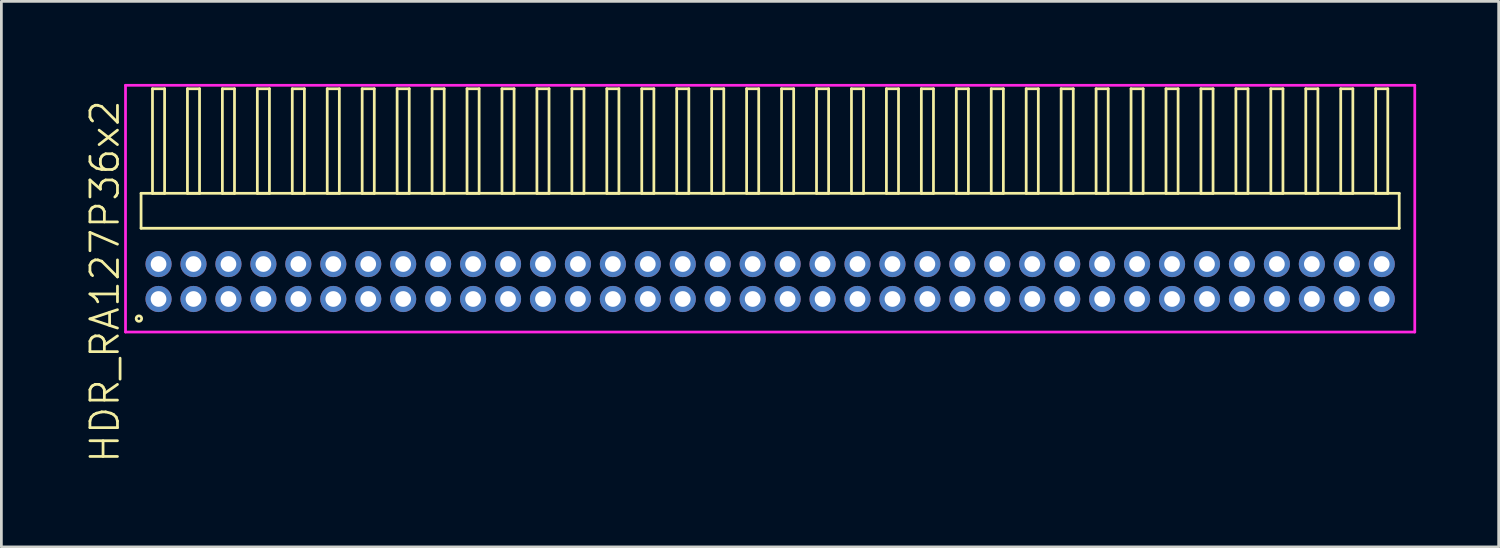
<source format=kicad_pcb>
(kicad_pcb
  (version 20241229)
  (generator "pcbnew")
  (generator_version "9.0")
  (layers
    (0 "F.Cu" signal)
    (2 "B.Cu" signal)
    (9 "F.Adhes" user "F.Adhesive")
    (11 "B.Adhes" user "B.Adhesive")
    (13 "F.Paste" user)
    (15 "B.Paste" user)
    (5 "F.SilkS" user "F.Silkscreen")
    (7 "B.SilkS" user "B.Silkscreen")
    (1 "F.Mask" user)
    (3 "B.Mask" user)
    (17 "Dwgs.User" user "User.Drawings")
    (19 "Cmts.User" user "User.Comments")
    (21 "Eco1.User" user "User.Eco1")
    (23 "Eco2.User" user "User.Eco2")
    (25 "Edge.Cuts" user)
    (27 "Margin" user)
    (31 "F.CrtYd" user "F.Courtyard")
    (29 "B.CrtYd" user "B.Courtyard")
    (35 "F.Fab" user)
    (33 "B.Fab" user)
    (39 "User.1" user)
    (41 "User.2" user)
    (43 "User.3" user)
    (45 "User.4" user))
  (footprint "HDR_RA127P36x2"
    (layer "F.Cu")
    (at 24.936 7.18)
    (property "Reference" "HDR_RA127P36x2" (at -24.175 0 90) (layer "F.SilkS") (effects (font (size 1 1) (thickness 0.1))))
    (attr through_hole)
    (fp_line (start -22.86 -3.205) (end -22.86 -1.935) (stroke (width 0.1) (type solid)) (layer "F.SilkS"))
    (fp_line (start -22.86 -1.935) (end 22.86 -1.935) (stroke (width 0.1) (type solid)) (layer "F.SilkS"))
    (fp_line (start -22.445 -7.005) (end -22.445 -3.205) (stroke (width 0.1) (type solid)) (layer "F.SilkS"))
    (fp_line (start -22.445 -3.205) (end -22.005 -3.205) (stroke (width 0.1) (type solid)) (layer "F.SilkS"))
    (fp_line (start -22.005 -7.005) (end -22.445 -7.005) (stroke (width 0.1) (type solid)) (layer "F.SilkS"))
    (fp_line (start -22.005 -3.205) (end -22.005 -7.005) (stroke (width 0.1) (type solid)) (layer "F.SilkS"))
    (fp_line (start -21.175 -7.005) (end -21.175 -3.205) (stroke (width 0.1) (type solid)) (layer "F.SilkS"))
    (fp_line (start -21.175 -3.205) (end -20.735 -3.205) (stroke (width 0.1) (type solid)) (layer "F.SilkS"))
    (fp_line (start -20.735 -7.005) (end -21.175 -7.005) (stroke (width 0.1) (type solid)) (layer "F.SilkS"))
    (fp_line (start -20.735 -3.205) (end -20.735 -7.005) (stroke (width 0.1) (type solid)) (layer "F.SilkS"))
    (fp_line (start -19.905 -7.005) (end -19.905 -3.205) (stroke (width 0.1) (type solid)) (layer "F.SilkS"))
    (fp_line (start -19.905 -3.205) (end -19.465 -3.205) (stroke (width 0.1) (type solid)) (layer "F.SilkS"))
    (fp_line (start -19.465 -7.005) (end -19.905 -7.005) (stroke (width 0.1) (type solid)) (layer "F.SilkS"))
    (fp_line (start -19.465 -3.205) (end -19.465 -7.005) (stroke (width 0.1) (type solid)) (layer "F.SilkS"))
    (fp_line (start -18.635 -7.005) (end -18.635 -3.205) (stroke (width 0.1) (type solid)) (layer "F.SilkS"))
    (fp_line (start -18.635 -3.205) (end -18.195 -3.205) (stroke (width 0.1) (type solid)) (layer "F.SilkS"))
    (fp_line (start -18.195 -7.005) (end -18.635 -7.005) (stroke (width 0.1) (type solid)) (layer "F.SilkS"))
    (fp_line (start -18.195 -3.205) (end -18.195 -7.005) (stroke (width 0.1) (type solid)) (layer "F.SilkS"))
    (fp_line (start -17.365 -7.005) (end -17.365 -3.205) (stroke (width 0.1) (type solid)) (layer "F.SilkS"))
    (fp_line (start -17.365 -3.205) (end -16.925 -3.205) (stroke (width 0.1) (type solid)) (layer "F.SilkS"))
    (fp_line (start -16.925 -7.005) (end -17.365 -7.005) (stroke (width 0.1) (type solid)) (layer "F.SilkS"))
    (fp_line (start -16.925 -3.205) (end -16.925 -7.005) (stroke (width 0.1) (type solid)) (layer "F.SilkS"))
    (fp_line (start -16.095 -7.005) (end -16.095 -3.205) (stroke (width 0.1) (type solid)) (layer "F.SilkS"))
    (fp_line (start -16.095 -3.205) (end -15.655 -3.205) (stroke (width 0.1) (type solid)) (layer "F.SilkS"))
    (fp_line (start -15.655 -7.005) (end -16.095 -7.005) (stroke (width 0.1) (type solid)) (layer "F.SilkS"))
    (fp_line (start -15.655 -3.205) (end -15.655 -7.005) (stroke (width 0.1) (type solid)) (layer "F.SilkS"))
    (fp_line (start -14.825 -7.005) (end -14.825 -3.205) (stroke (width 0.1) (type solid)) (layer "F.SilkS"))
    (fp_line (start -14.825 -3.205) (end -14.385 -3.205) (stroke (width 0.1) (type solid)) (layer "F.SilkS"))
    (fp_line (start -14.385 -7.005) (end -14.825 -7.005) (stroke (width 0.1) (type solid)) (layer "F.SilkS"))
    (fp_line (start -14.385 -3.205) (end -14.385 -7.005) (stroke (width 0.1) (type solid)) (layer "F.SilkS"))
    (fp_line (start -13.555 -7.005) (end -13.555 -3.205) (stroke (width 0.1) (type solid)) (layer "F.SilkS"))
    (fp_line (start -13.555 -3.205) (end -13.115 -3.205) (stroke (width 0.1) (type solid)) (layer "F.SilkS"))
    (fp_line (start -13.115 -7.005) (end -13.555 -7.005) (stroke (width 0.1) (type solid)) (layer "F.SilkS"))
    (fp_line (start -13.115 -3.205) (end -13.115 -7.005) (stroke (width 0.1) (type solid)) (layer "F.SilkS"))
    (fp_line (start -12.285 -7.005) (end -12.285 -3.205) (stroke (width 0.1) (type solid)) (layer "F.SilkS"))
    (fp_line (start -12.285 -3.205) (end -11.845 -3.205) (stroke (width 0.1) (type solid)) (layer "F.SilkS"))
    (fp_line (start -11.845 -7.005) (end -12.285 -7.005) (stroke (width 0.1) (type solid)) (layer "F.SilkS"))
    (fp_line (start -11.845 -3.205) (end -11.845 -7.005) (stroke (width 0.1) (type solid)) (layer "F.SilkS"))
    (fp_line (start -11.015 -7.005) (end -11.015 -3.205) (stroke (width 0.1) (type solid)) (layer "F.SilkS"))
    (fp_line (start -11.015 -3.205) (end -10.575 -3.205) (stroke (width 0.1) (type solid)) (layer "F.SilkS"))
    (fp_line (start -10.575 -7.005) (end -11.015 -7.005) (stroke (width 0.1) (type solid)) (layer "F.SilkS"))
    (fp_line (start -10.575 -3.205) (end -10.575 -7.005) (stroke (width 0.1) (type solid)) (layer "F.SilkS"))
    (fp_line (start -9.745 -7.005) (end -9.745 -3.205) (stroke (width 0.1) (type solid)) (layer "F.SilkS"))
    (fp_line (start -9.745 -3.205) (end -9.305 -3.205) (stroke (width 0.1) (type solid)) (layer "F.SilkS"))
    (fp_line (start -9.305 -7.005) (end -9.745 -7.005) (stroke (width 0.1) (type solid)) (layer "F.SilkS"))
    (fp_line (start -9.305 -3.205) (end -9.305 -7.005) (stroke (width 0.1) (type solid)) (layer "F.SilkS"))
    (fp_line (start -8.475 -7.005) (end -8.475 -3.205) (stroke (width 0.1) (type solid)) (layer "F.SilkS"))
    (fp_line (start -8.475 -3.205) (end -8.035 -3.205) (stroke (width 0.1) (type solid)) (layer "F.SilkS"))
    (fp_line (start -8.035 -7.005) (end -8.475 -7.005) (stroke (width 0.1) (type solid)) (layer "F.SilkS"))
    (fp_line (start -8.035 -3.205) (end -8.035 -7.005) (stroke (width 0.1) (type solid)) (layer "F.SilkS"))
    (fp_line (start -7.205 -7.005) (end -7.205 -3.205) (stroke (width 0.1) (type solid)) (layer "F.SilkS"))
    (fp_line (start -7.205 -3.205) (end -6.765 -3.205) (stroke (width 0.1) (type solid)) (layer "F.SilkS"))
    (fp_line (start -6.765 -7.005) (end -7.205 -7.005) (stroke (width 0.1) (type solid)) (layer "F.SilkS"))
    (fp_line (start -6.765 -3.205) (end -6.765 -7.005) (stroke (width 0.1) (type solid)) (layer "F.SilkS"))
    (fp_line (start -5.935 -7.005) (end -5.935 -3.205) (stroke (width 0.1) (type solid)) (layer "F.SilkS"))
    (fp_line (start -5.935 -3.205) (end -5.495 -3.205) (stroke (width 0.1) (type solid)) (layer "F.SilkS"))
    (fp_line (start -5.495 -7.005) (end -5.935 -7.005) (stroke (width 0.1) (type solid)) (layer "F.SilkS"))
    (fp_line (start -5.495 -3.205) (end -5.495 -7.005) (stroke (width 0.1) (type solid)) (layer "F.SilkS"))
    (fp_line (start -4.665 -7.005) (end -4.665 -3.205) (stroke (width 0.1) (type solid)) (layer "F.SilkS"))
    (fp_line (start -4.665 -3.205) (end -4.225 -3.205) (stroke (width 0.1) (type solid)) (layer "F.SilkS"))
    (fp_line (start -4.225 -7.005) (end -4.665 -7.005) (stroke (width 0.1) (type solid)) (layer "F.SilkS"))
    (fp_line (start -4.225 -3.205) (end -4.225 -7.005) (stroke (width 0.1) (type solid)) (layer "F.SilkS"))
    (fp_line (start -3.395 -7.005) (end -3.395 -3.205) (stroke (width 0.1) (type solid)) (layer "F.SilkS"))
    (fp_line (start -3.395 -3.205) (end -2.955 -3.205) (stroke (width 0.1) (type solid)) (layer "F.SilkS"))
    (fp_line (start -2.955 -7.005) (end -3.395 -7.005) (stroke (width 0.1) (type solid)) (layer "F.SilkS"))
    (fp_line (start -2.955 -3.205) (end -2.955 -7.005) (stroke (width 0.1) (type solid)) (layer "F.SilkS"))
    (fp_line (start -2.125 -7.005) (end -2.125 -3.205) (stroke (width 0.1) (type solid)) (layer "F.SilkS"))
    (fp_line (start -2.125 -3.205) (end -1.685 -3.205) (stroke (width 0.1) (type solid)) (layer "F.SilkS"))
    (fp_line (start -1.685 -7.005) (end -2.125 -7.005) (stroke (width 0.1) (type solid)) (layer "F.SilkS"))
    (fp_line (start -1.685 -3.205) (end -1.685 -7.005) (stroke (width 0.1) (type solid)) (layer "F.SilkS"))
    (fp_line (start -0.855 -7.005) (end -0.855 -3.205) (stroke (width 0.1) (type solid)) (layer "F.SilkS"))
    (fp_line (start -0.855 -3.205) (end -0.415 -3.205) (stroke (width 0.1) (type solid)) (layer "F.SilkS"))
    (fp_line (start -0.415 -7.005) (end -0.855 -7.005) (stroke (width 0.1) (type solid)) (layer "F.SilkS"))
    (fp_line (start -0.415 -3.205) (end -0.415 -7.005) (stroke (width 0.1) (type solid)) (layer "F.SilkS"))
    (fp_line (start 0.415 -7.005) (end 0.415 -3.205) (stroke (width 0.1) (type solid)) (layer "F.SilkS"))
    (fp_line (start 0.415 -3.205) (end 0.855 -3.205) (stroke (width 0.1) (type solid)) (layer "F.SilkS"))
    (fp_line (start 0.855 -7.005) (end 0.415 -7.005) (stroke (width 0.1) (type solid)) (layer "F.SilkS"))
    (fp_line (start 0.855 -3.205) (end 0.855 -7.005) (stroke (width 0.1) (type solid)) (layer "F.SilkS"))
    (fp_line (start 1.685 -7.005) (end 1.685 -3.205) (stroke (width 0.1) (type solid)) (layer "F.SilkS"))
    (fp_line (start 1.685 -3.205) (end 2.125 -3.205) (stroke (width 0.1) (type solid)) (layer "F.SilkS"))
    (fp_line (start 2.125 -7.005) (end 1.685 -7.005) (stroke (width 0.1) (type solid)) (layer "F.SilkS"))
    (fp_line (start 2.125 -3.205) (end 2.125 -7.005) (stroke (width 0.1) (type solid)) (layer "F.SilkS"))
    (fp_line (start 2.955 -7.005) (end 2.955 -3.205) (stroke (width 0.1) (type solid)) (layer "F.SilkS"))
    (fp_line (start 2.955 -3.205) (end 3.395 -3.205) (stroke (width 0.1) (type solid)) (layer "F.SilkS"))
    (fp_line (start 3.395 -7.005) (end 2.955 -7.005) (stroke (width 0.1) (type solid)) (layer "F.SilkS"))
    (fp_line (start 3.395 -3.205) (end 3.395 -7.005) (stroke (width 0.1) (type solid)) (layer "F.SilkS"))
    (fp_line (start 4.225 -7.005) (end 4.225 -3.205) (stroke (width 0.1) (type solid)) (layer "F.SilkS"))
    (fp_line (start 4.225 -3.205) (end 4.665 -3.205) (stroke (width 0.1) (type solid)) (layer "F.SilkS"))
    (fp_line (start 4.665 -7.005) (end 4.225 -7.005) (stroke (width 0.1) (type solid)) (layer "F.SilkS"))
    (fp_line (start 4.665 -3.205) (end 4.665 -7.005) (stroke (width 0.1) (type solid)) (layer "F.SilkS"))
    (fp_line (start 5.495 -7.005) (end 5.495 -3.205) (stroke (width 0.1) (type solid)) (layer "F.SilkS"))
    (fp_line (start 5.495 -3.205) (end 5.935 -3.205) (stroke (width 0.1) (type solid)) (layer "F.SilkS"))
    (fp_line (start 5.935 -7.005) (end 5.495 -7.005) (stroke (width 0.1) (type solid)) (layer "F.SilkS"))
    (fp_line (start 5.935 -3.205) (end 5.935 -7.005) (stroke (width 0.1) (type solid)) (layer "F.SilkS"))
    (fp_line (start 6.765 -7.005) (end 6.765 -3.205) (stroke (width 0.1) (type solid)) (layer "F.SilkS"))
    (fp_line (start 6.765 -3.205) (end 7.205 -3.205) (stroke (width 0.1) (type solid)) (layer "F.SilkS"))
    (fp_line (start 7.205 -7.005) (end 6.765 -7.005) (stroke (width 0.1) (type solid)) (layer "F.SilkS"))
    (fp_line (start 7.205 -3.205) (end 7.205 -7.005) (stroke (width 0.1) (type solid)) (layer "F.SilkS"))
    (fp_line (start 8.035 -7.005) (end 8.035 -3.205) (stroke (width 0.1) (type solid)) (layer "F.SilkS"))
    (fp_line (start 8.035 -3.205) (end 8.475 -3.205) (stroke (width 0.1) (type solid)) (layer "F.SilkS"))
    (fp_line (start 8.475 -7.005) (end 8.035 -7.005) (stroke (width 0.1) (type solid)) (layer "F.SilkS"))
    (fp_line (start 8.475 -3.205) (end 8.475 -7.005) (stroke (width 0.1) (type solid)) (layer "F.SilkS"))
    (fp_line (start 9.305 -7.005) (end 9.305 -3.205) (stroke (width 0.1) (type solid)) (layer "F.SilkS"))
    (fp_line (start 9.305 -3.205) (end 9.745 -3.205) (stroke (width 0.1) (type solid)) (layer "F.SilkS"))
    (fp_line (start 9.745 -7.005) (end 9.305 -7.005) (stroke (width 0.1) (type solid)) (layer "F.SilkS"))
    (fp_line (start 9.745 -3.205) (end 9.745 -7.005) (stroke (width 0.1) (type solid)) (layer "F.SilkS"))
    (fp_line (start 10.575 -7.005) (end 10.575 -3.205) (stroke (width 0.1) (type solid)) (layer "F.SilkS"))
    (fp_line (start 10.575 -3.205) (end 11.015 -3.205) (stroke (width 0.1) (type solid)) (layer "F.SilkS"))
    (fp_line (start 11.015 -7.005) (end 10.575 -7.005) (stroke (width 0.1) (type solid)) (layer "F.SilkS"))
    (fp_line (start 11.015 -3.205) (end 11.015 -7.005) (stroke (width 0.1) (type solid)) (layer "F.SilkS"))
    (fp_line (start 11.845 -7.005) (end 11.845 -3.205) (stroke (width 0.1) (type solid)) (layer "F.SilkS"))
    (fp_line (start 11.845 -3.205) (end 12.285 -3.205) (stroke (width 0.1) (type solid)) (layer "F.SilkS"))
    (fp_line (start 12.285 -7.005) (end 11.845 -7.005) (stroke (width 0.1) (type solid)) (layer "F.SilkS"))
    (fp_line (start 12.285 -3.205) (end 12.285 -7.005) (stroke (width 0.1) (type solid)) (layer "F.SilkS"))
    (fp_line (start 13.115 -7.005) (end 13.115 -3.205) (stroke (width 0.1) (type solid)) (layer "F.SilkS"))
    (fp_line (start 13.115 -3.205) (end 13.555 -3.205) (stroke (width 0.1) (type solid)) (layer "F.SilkS"))
    (fp_line (start 13.555 -7.005) (end 13.115 -7.005) (stroke (width 0.1) (type solid)) (layer "F.SilkS"))
    (fp_line (start 13.555 -3.205) (end 13.555 -7.005) (stroke (width 0.1) (type solid)) (layer "F.SilkS"))
    (fp_line (start 14.385 -7.005) (end 14.385 -3.205) (stroke (width 0.1) (type solid)) (layer "F.SilkS"))
    (fp_line (start 14.385 -3.205) (end 14.825 -3.205) (stroke (width 0.1) (type solid)) (layer "F.SilkS"))
    (fp_line (start 14.825 -7.005) (end 14.385 -7.005) (stroke (width 0.1) (type solid)) (layer "F.SilkS"))
    (fp_line (start 14.825 -3.205) (end 14.825 -7.005) (stroke (width 0.1) (type solid)) (layer "F.SilkS"))
    (fp_line (start 15.655 -7.005) (end 15.655 -3.205) (stroke (width 0.1) (type solid)) (layer "F.SilkS"))
    (fp_line (start 15.655 -3.205) (end 16.095 -3.205) (stroke (width 0.1) (type solid)) (layer "F.SilkS"))
    (fp_line (start 16.095 -7.005) (end 15.655 -7.005) (stroke (width 0.1) (type solid)) (layer "F.SilkS"))
    (fp_line (start 16.095 -3.205) (end 16.095 -7.005) (stroke (width 0.1) (type solid)) (layer "F.SilkS"))
    (fp_line (start 16.925 -7.005) (end 16.925 -3.205) (stroke (width 0.1) (type solid)) (layer "F.SilkS"))
    (fp_line (start 16.925 -3.205) (end 17.365 -3.205) (stroke (width 0.1) (type solid)) (layer "F.SilkS"))
    (fp_line (start 17.365 -7.005) (end 16.925 -7.005) (stroke (width 0.1) (type solid)) (layer "F.SilkS"))
    (fp_line (start 17.365 -3.205) (end 17.365 -7.005) (stroke (width 0.1) (type solid)) (layer "F.SilkS"))
    (fp_line (start 18.195 -7.005) (end 18.195 -3.205) (stroke (width 0.1) (type solid)) (layer "F.SilkS"))
    (fp_line (start 18.195 -3.205) (end 18.635 -3.205) (stroke (width 0.1) (type solid)) (layer "F.SilkS"))
    (fp_line (start 18.635 -7.005) (end 18.195 -7.005) (stroke (width 0.1) (type solid)) (layer "F.SilkS"))
    (fp_line (start 18.635 -3.205) (end 18.635 -7.005) (stroke (width 0.1) (type solid)) (layer "F.SilkS"))
    (fp_line (start 19.465 -7.005) (end 19.465 -3.205) (stroke (width 0.1) (type solid)) (layer "F.SilkS"))
    (fp_line (start 19.465 -3.205) (end 19.905 -3.205) (stroke (width 0.1) (type solid)) (layer "F.SilkS"))
    (fp_line (start 19.905 -7.005) (end 19.465 -7.005) (stroke (width 0.1) (type solid)) (layer "F.SilkS"))
    (fp_line (start 19.905 -3.205) (end 19.905 -7.005) (stroke (width 0.1) (type solid)) (layer "F.SilkS"))
    (fp_line (start 20.735 -7.005) (end 20.735 -3.205) (stroke (width 0.1) (type solid)) (layer "F.SilkS"))
    (fp_line (start 20.735 -3.205) (end 21.175 -3.205) (stroke (width 0.1) (type solid)) (layer "F.SilkS"))
    (fp_line (start 21.175 -7.005) (end 20.735 -7.005) (stroke (width 0.1) (type solid)) (layer "F.SilkS"))
    (fp_line (start 21.175 -3.205) (end 21.175 -7.005) (stroke (width 0.1) (type solid)) (layer "F.SilkS"))
    (fp_line (start 22.005 -7.005) (end 22.005 -3.205) (stroke (width 0.1) (type solid)) (layer "F.SilkS"))
    (fp_line (start 22.005 -3.205) (end 22.445 -3.205) (stroke (width 0.1) (type solid)) (layer "F.SilkS"))
    (fp_line (start 22.445 -7.005) (end 22.005 -7.005) (stroke (width 0.1) (type solid)) (layer "F.SilkS"))
    (fp_line (start 22.445 -3.205) (end 22.445 -7.005) (stroke (width 0.1) (type solid)) (layer "F.SilkS"))
    (fp_line (start 22.86 -3.205) (end -22.86 -3.205) (stroke (width 0.1) (type solid)) (layer "F.SilkS"))
    (fp_line (start 22.86 -1.935) (end 22.86 -3.205) (stroke (width 0.1) (type solid)) (layer "F.SilkS"))
    (fp_circle (center -22.938 1.347) (end -22.838 1.347) (stroke (width 0.1) (type solid)) (fill no) (layer "F.SilkS"))
    (fp_line (start -23.425 -7.13) (end -23.425 1.835) (stroke (width 0.1) (type solid)) (layer "F.CrtYd"))
    (fp_line (start -23.425 1.835) (end 23.425 1.835) (stroke (width 0.1) (type solid)) (layer "F.CrtYd"))
    (fp_line (start 23.425 -7.13) (end -23.425 -7.13) (stroke (width 0.1) (type solid)) (layer "F.CrtYd"))
    (fp_line (start 23.425 1.835) (end 23.425 -7.13) (stroke (width 0.1) (type solid)) (layer "F.CrtYd"))
    (pad "1" thru_hole oval (at -22.225 0.635) (size 0.95 0.95) (drill 0.57) (layers "*.Cu" "*.Mask"))
    (pad "2" thru_hole oval (at -22.225 -0.635) (size 0.95 0.95) (drill 0.57) (layers "*.Cu" "*.Mask"))
    (pad "3" thru_hole oval (at -20.955 0.635) (size 0.95 0.95) (drill 0.57) (layers "*.Cu" "*.Mask"))
    (pad "4" thru_hole oval (at -20.955 -0.635) (size 0.95 0.95) (drill 0.57) (layers "*.Cu" "*.Mask"))
    (pad "5" thru_hole oval (at -19.685 0.635) (size 0.95 0.95) (drill 0.57) (layers "*.Cu" "*.Mask"))
    (pad "6" thru_hole oval (at -19.685 -0.635) (size 0.95 0.95) (drill 0.57) (layers "*.Cu" "*.Mask"))
    (pad "7" thru_hole oval (at -18.415 0.635) (size 0.95 0.95) (drill 0.57) (layers "*.Cu" "*.Mask"))
    (pad "8" thru_hole oval (at -18.415 -0.635) (size 0.95 0.95) (drill 0.57) (layers "*.Cu" "*.Mask"))
    (pad "9" thru_hole oval (at -17.145 0.635) (size 0.95 0.95) (drill 0.57) (layers "*.Cu" "*.Mask"))
    (pad "10" thru_hole oval (at -17.145 -0.635) (size 0.95 0.95) (drill 0.57) (layers "*.Cu" "*.Mask"))
    (pad "11" thru_hole oval (at -15.875 0.635) (size 0.95 0.95) (drill 0.57) (layers "*.Cu" "*.Mask"))
    (pad "12" thru_hole oval (at -15.875 -0.635) (size 0.95 0.95) (drill 0.57) (layers "*.Cu" "*.Mask"))
    (pad "13" thru_hole oval (at -14.605 0.635) (size 0.95 0.95) (drill 0.57) (layers "*.Cu" "*.Mask"))
    (pad "14" thru_hole oval (at -14.605 -0.635) (size 0.95 0.95) (drill 0.57) (layers "*.Cu" "*.Mask"))
    (pad "15" thru_hole oval (at -13.335 0.635) (size 0.95 0.95) (drill 0.57) (layers "*.Cu" "*.Mask"))
    (pad "16" thru_hole oval (at -13.335 -0.635) (size 0.95 0.95) (drill 0.57) (layers "*.Cu" "*.Mask"))
    (pad "17" thru_hole oval (at -12.065 0.635) (size 0.95 0.95) (drill 0.57) (layers "*.Cu" "*.Mask"))
    (pad "18" thru_hole oval (at -12.065 -0.635) (size 0.95 0.95) (drill 0.57) (layers "*.Cu" "*.Mask"))
    (pad "19" thru_hole oval (at -10.795 0.635) (size 0.95 0.95) (drill 0.57) (layers "*.Cu" "*.Mask"))
    (pad "20" thru_hole oval (at -10.795 -0.635) (size 0.95 0.95) (drill 0.57) (layers "*.Cu" "*.Mask"))
    (pad "21" thru_hole oval (at -9.525 0.635) (size 0.95 0.95) (drill 0.57) (layers "*.Cu" "*.Mask"))
    (pad "22" thru_hole oval (at -9.525 -0.635) (size 0.95 0.95) (drill 0.57) (layers "*.Cu" "*.Mask"))
    (pad "23" thru_hole oval (at -8.255 0.635) (size 0.95 0.95) (drill 0.57) (layers "*.Cu" "*.Mask"))
    (pad "24" thru_hole oval (at -8.255 -0.635) (size 0.95 0.95) (drill 0.57) (layers "*.Cu" "*.Mask"))
    (pad "25" thru_hole oval (at -6.985 0.635) (size 0.95 0.95) (drill 0.57) (layers "*.Cu" "*.Mask"))
    (pad "26" thru_hole oval (at -6.985 -0.635) (size 0.95 0.95) (drill 0.57) (layers "*.Cu" "*.Mask"))
    (pad "27" thru_hole oval (at -5.715 0.635) (size 0.95 0.95) (drill 0.57) (layers "*.Cu" "*.Mask"))
    (pad "28" thru_hole oval (at -5.715 -0.635) (size 0.95 0.95) (drill 0.57) (layers "*.Cu" "*.Mask"))
    (pad "29" thru_hole oval (at -4.445 0.635) (size 0.95 0.95) (drill 0.57) (layers "*.Cu" "*.Mask"))
    (pad "30" thru_hole oval (at -4.445 -0.635) (size 0.95 0.95) (drill 0.57) (layers "*.Cu" "*.Mask"))
    (pad "31" thru_hole oval (at -3.175 0.635) (size 0.95 0.95) (drill 0.57) (layers "*.Cu" "*.Mask"))
    (pad "32" thru_hole oval (at -3.175 -0.635) (size 0.95 0.95) (drill 0.57) (layers "*.Cu" "*.Mask"))
    (pad "33" thru_hole oval (at -1.905 0.635) (size 0.95 0.95) (drill 0.57) (layers "*.Cu" "*.Mask"))
    (pad "34" thru_hole oval (at -1.905 -0.635) (size 0.95 0.95) (drill 0.57) (layers "*.Cu" "*.Mask"))
    (pad "35" thru_hole oval (at -0.635 0.635) (size 0.95 0.95) (drill 0.57) (layers "*.Cu" "*.Mask"))
    (pad "36" thru_hole oval (at -0.635 -0.635) (size 0.95 0.95) (drill 0.57) (layers "*.Cu" "*.Mask"))
    (pad "37" thru_hole oval (at 0.635 0.635) (size 0.95 0.95) (drill 0.57) (layers "*.Cu" "*.Mask"))
    (pad "38" thru_hole oval (at 0.635 -0.635) (size 0.95 0.95) (drill 0.57) (layers "*.Cu" "*.Mask"))
    (pad "39" thru_hole oval (at 1.905 0.635) (size 0.95 0.95) (drill 0.57) (layers "*.Cu" "*.Mask"))
    (pad "40" thru_hole oval (at 1.905 -0.635) (size 0.95 0.95) (drill 0.57) (layers "*.Cu" "*.Mask"))
    (pad "41" thru_hole oval (at 3.175 0.635) (size 0.95 0.95) (drill 0.57) (layers "*.Cu" "*.Mask"))
    (pad "42" thru_hole oval (at 3.175 -0.635) (size 0.95 0.95) (drill 0.57) (layers "*.Cu" "*.Mask"))
    (pad "43" thru_hole oval (at 4.445 0.635) (size 0.95 0.95) (drill 0.57) (layers "*.Cu" "*.Mask"))
    (pad "44" thru_hole oval (at 4.445 -0.635) (size 0.95 0.95) (drill 0.57) (layers "*.Cu" "*.Mask"))
    (pad "45" thru_hole oval (at 5.715 0.635) (size 0.95 0.95) (drill 0.57) (layers "*.Cu" "*.Mask"))
    (pad "46" thru_hole oval (at 5.715 -0.635) (size 0.95 0.95) (drill 0.57) (layers "*.Cu" "*.Mask"))
    (pad "47" thru_hole oval (at 6.985 0.635) (size 0.95 0.95) (drill 0.57) (layers "*.Cu" "*.Mask"))
    (pad "48" thru_hole oval (at 6.985 -0.635) (size 0.95 0.95) (drill 0.57) (layers "*.Cu" "*.Mask"))
    (pad "49" thru_hole oval (at 8.255 0.635) (size 0.95 0.95) (drill 0.57) (layers "*.Cu" "*.Mask"))
    (pad "50" thru_hole oval (at 8.255 -0.635) (size 0.95 0.95) (drill 0.57) (layers "*.Cu" "*.Mask"))
    (pad "51" thru_hole oval (at 9.525 0.635) (size 0.95 0.95) (drill 0.57) (layers "*.Cu" "*.Mask"))
    (pad "52" thru_hole oval (at 9.525 -0.635) (size 0.95 0.95) (drill 0.57) (layers "*.Cu" "*.Mask"))
    (pad "53" thru_hole oval (at 10.795 0.635) (size 0.95 0.95) (drill 0.57) (layers "*.Cu" "*.Mask"))
    (pad "54" thru_hole oval (at 10.795 -0.635) (size 0.95 0.95) (drill 0.57) (layers "*.Cu" "*.Mask"))
    (pad "55" thru_hole oval (at 12.065 0.635) (size 0.95 0.95) (drill 0.57) (layers "*.Cu" "*.Mask"))
    (pad "56" thru_hole oval (at 12.065 -0.635) (size 0.95 0.95) (drill 0.57) (layers "*.Cu" "*.Mask"))
    (pad "57" thru_hole oval (at 13.335 0.635) (size 0.95 0.95) (drill 0.57) (layers "*.Cu" "*.Mask"))
    (pad "58" thru_hole oval (at 13.335 -0.635) (size 0.95 0.95) (drill 0.57) (layers "*.Cu" "*.Mask"))
    (pad "59" thru_hole oval (at 14.605 0.635) (size 0.95 0.95) (drill 0.57) (layers "*.Cu" "*.Mask"))
    (pad "60" thru_hole oval (at 14.605 -0.635) (size 0.95 0.95) (drill 0.57) (layers "*.Cu" "*.Mask"))
    (pad "61" thru_hole oval (at 15.875 0.635) (size 0.95 0.95) (drill 0.57) (layers "*.Cu" "*.Mask"))
    (pad "62" thru_hole oval (at 15.875 -0.635) (size 0.95 0.95) (drill 0.57) (layers "*.Cu" "*.Mask"))
    (pad "63" thru_hole oval (at 17.145 0.635) (size 0.95 0.95) (drill 0.57) (layers "*.Cu" "*.Mask"))
    (pad "64" thru_hole oval (at 17.145 -0.635) (size 0.95 0.95) (drill 0.57) (layers "*.Cu" "*.Mask"))
    (pad "65" thru_hole oval (at 18.415 0.635) (size 0.95 0.95) (drill 0.57) (layers "*.Cu" "*.Mask"))
    (pad "66" thru_hole oval (at 18.415 -0.635) (size 0.95 0.95) (drill 0.57) (layers "*.Cu" "*.Mask"))
    (pad "67" thru_hole oval (at 19.685 0.635) (size 0.95 0.95) (drill 0.57) (layers "*.Cu" "*.Mask"))
    (pad "68" thru_hole oval (at 19.685 -0.635) (size 0.95 0.95) (drill 0.57) (layers "*.Cu" "*.Mask"))
    (pad "69" thru_hole oval (at 20.955 0.635) (size 0.95 0.95) (drill 0.57) (layers "*.Cu" "*.Mask"))
    (pad "70" thru_hole oval (at 20.955 -0.635) (size 0.95 0.95) (drill 0.57) (layers "*.Cu" "*.Mask"))
    (pad "71" thru_hole oval (at 22.225 0.635) (size 0.95 0.95) (drill 0.57) (layers "*.Cu" "*.Mask"))
    (pad "72" thru_hole oval (at 22.225 -0.635) (size 0.95 0.95) (drill 0.57) (layers "*.Cu" "*.Mask")))
  (gr_rect
    (start -3 -3)
    (end 51.41 16.825)
    (stroke (width 0.1) (type default))
    (fill no)
    (layer "Edge.Cuts")))
</source>
